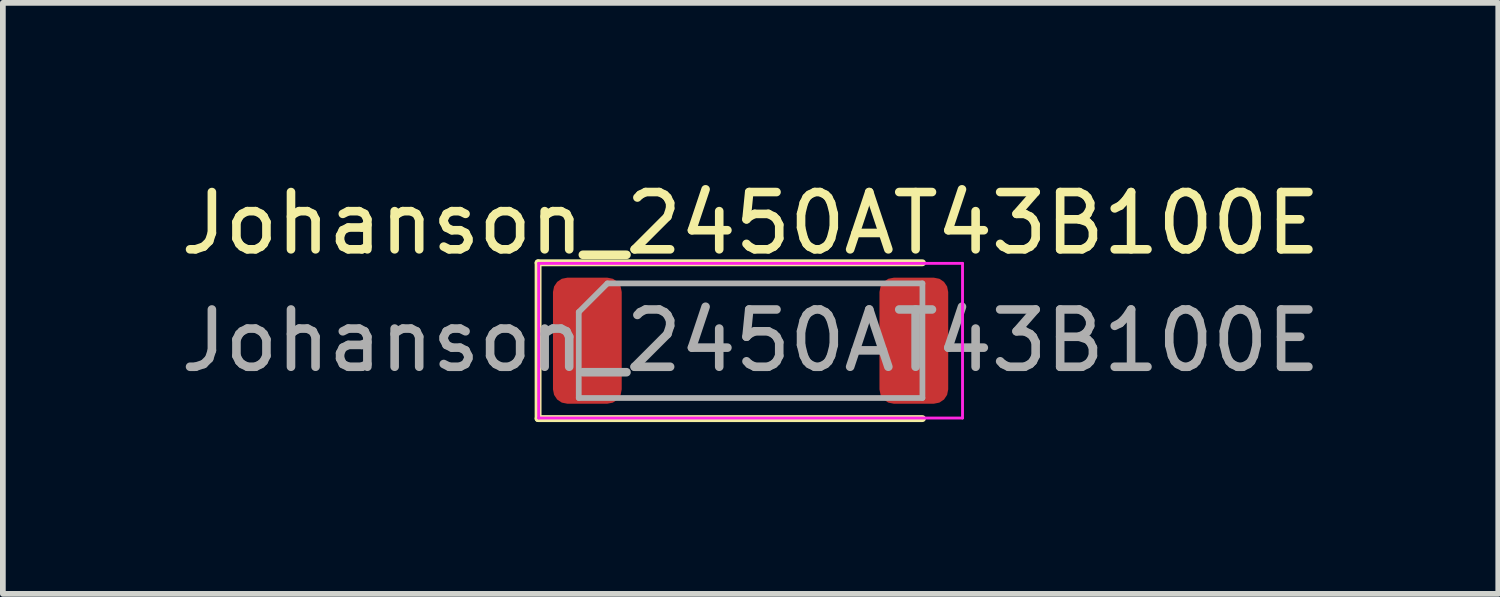
<source format=kicad_pcb>
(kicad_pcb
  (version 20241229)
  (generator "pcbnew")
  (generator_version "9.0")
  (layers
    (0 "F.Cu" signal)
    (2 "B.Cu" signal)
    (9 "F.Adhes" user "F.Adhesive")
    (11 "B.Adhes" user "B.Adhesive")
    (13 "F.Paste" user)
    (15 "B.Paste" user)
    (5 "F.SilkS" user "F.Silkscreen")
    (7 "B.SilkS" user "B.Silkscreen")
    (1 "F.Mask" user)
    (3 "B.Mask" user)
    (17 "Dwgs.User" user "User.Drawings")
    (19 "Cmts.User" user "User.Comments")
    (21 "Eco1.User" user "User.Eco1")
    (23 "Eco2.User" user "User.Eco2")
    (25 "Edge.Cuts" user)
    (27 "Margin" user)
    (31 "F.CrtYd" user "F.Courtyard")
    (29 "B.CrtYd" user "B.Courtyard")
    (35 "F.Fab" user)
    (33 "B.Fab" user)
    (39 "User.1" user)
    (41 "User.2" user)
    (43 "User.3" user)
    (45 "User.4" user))
  (footprint "Johanson_2450AT43B100E"
    (layer "F.Cu")
    (at 10.054 2.898)
    (property "Reference" "Johanson_2450AT43B100E" (at 0 -2.05 0) (layer "F.SilkS") (effects (font (size 1 1) (thickness 0.15))))
    (attr smd)
    (fp_line (start -3.71 -1.36) (end -3.71 1.36) (stroke (width 0.12) (type solid)) (layer "F.SilkS"))
    (fp_line (start -3.71 1.36) (end 3 1.36) (stroke (width 0.12) (type solid)) (layer "F.SilkS"))
    (fp_line (start 3 -1.36) (end -3.71 -1.36) (stroke (width 0.12) (type solid)) (layer "F.SilkS"))
    (fp_line (start -3.7 -1.35) (end 3.7 -1.35) (stroke (width 0.05) (type solid)) (layer "F.CrtYd"))
    (fp_line (start -3.7 1.35) (end -3.7 -1.35) (stroke (width 0.05) (type solid)) (layer "F.CrtYd"))
    (fp_line (start 3.7 -1.35) (end 3.7 1.35) (stroke (width 0.05) (type solid)) (layer "F.CrtYd"))
    (fp_line (start 3.7 1.35) (end -3.7 1.35) (stroke (width 0.05) (type solid)) (layer "F.CrtYd"))
    (fp_line (start -3 -0.5) (end -3 1) (stroke (width 0.1) (type solid)) (layer "F.Fab"))
    (fp_line (start -3 1) (end 3 1) (stroke (width 0.1) (type solid)) (layer "F.Fab"))
    (fp_line (start -2.5 -1) (end -3 -0.5) (stroke (width 0.1) (type solid)) (layer "F.Fab"))
    (fp_line (start 3 -1) (end -2.5 -1) (stroke (width 0.1) (type solid)) (layer "F.Fab"))
    (fp_line (start 3 1) (end 3 -1) (stroke (width 0.1) (type solid)) (layer "F.Fab"))
    (fp_text user "${REFERENCE}" (at 0 0 0) (layer "F.Fab") (effects (font (size 1 1) (thickness 0.15))))
    (pad "1" smd roundrect (at -2.85 0) (size 1.2 2.2) (layers "F.Cu" "F.Mask" "F.Paste") (roundrect_rratio 0.208))
    (pad "2" smd roundrect (at 2.85 0) (size 1.2 2.2) (layers "F.Cu" "F.Mask" "F.Paste") (roundrect_rratio 0.208)))
  (gr_rect
    (start -3 -3)
    (end 23.107 7.318)
    (stroke (width 0.1) (type default))
    (fill no)
    (layer "Edge.Cuts")))
</source>
